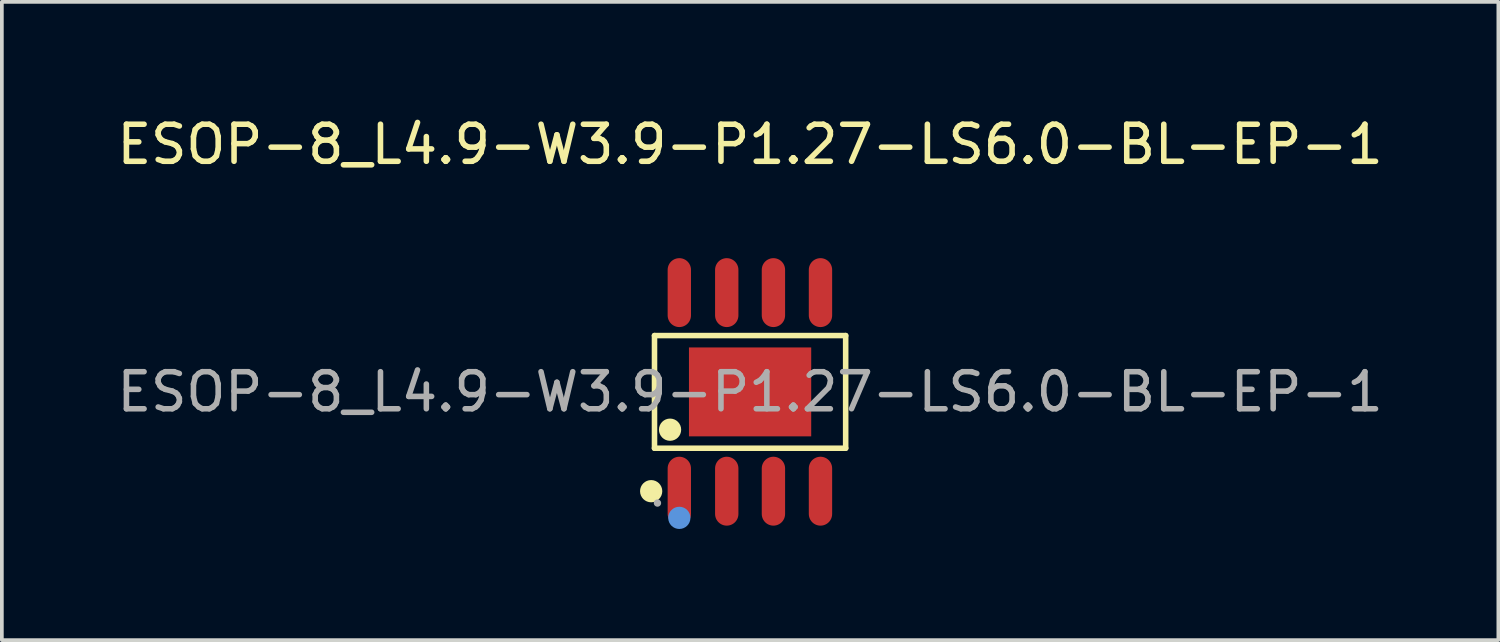
<source format=kicad_pcb>
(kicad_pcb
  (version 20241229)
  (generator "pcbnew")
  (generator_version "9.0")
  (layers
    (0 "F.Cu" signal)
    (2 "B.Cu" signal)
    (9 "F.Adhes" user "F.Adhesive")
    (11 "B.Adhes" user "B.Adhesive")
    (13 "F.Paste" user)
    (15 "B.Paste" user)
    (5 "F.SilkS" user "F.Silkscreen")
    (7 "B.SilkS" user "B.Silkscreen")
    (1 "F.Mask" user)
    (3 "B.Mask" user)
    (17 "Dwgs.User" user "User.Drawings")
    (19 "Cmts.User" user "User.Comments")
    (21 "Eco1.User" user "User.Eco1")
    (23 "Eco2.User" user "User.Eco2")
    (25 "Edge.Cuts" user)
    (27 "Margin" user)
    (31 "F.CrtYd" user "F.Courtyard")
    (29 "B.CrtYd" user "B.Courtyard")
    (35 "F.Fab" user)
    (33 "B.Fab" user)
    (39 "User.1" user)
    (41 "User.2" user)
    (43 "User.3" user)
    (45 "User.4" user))
  (footprint "ESOP-8_L4.9-W3.9-P1.27-LS6.0-BL-EP-1"
    (layer "F.Cu")
    (at 17.196 7.528)
    (property "Reference" "ESOP-8_L4.9-W3.9-P1.27-LS6.0-BL-EP-1" (at 0 -6.68 0) (layer "F.SilkS") (effects (font (size 1 1) (thickness 0.15))))
    (attr through_hole)
    (fp_line (start -2.58 -1.52) (end 2.58 -1.52) (stroke (width 0.15) (type solid)) (layer "F.SilkS"))
    (fp_line (start -2.58 1.52) (end -2.58 -1.52) (stroke (width 0.15) (type solid)) (layer "F.SilkS"))
    (fp_line (start 2.58 -1.52) (end 2.58 1.52) (stroke (width 0.15) (type solid)) (layer "F.SilkS"))
    (fp_line (start 2.58 1.52) (end -2.58 1.52) (stroke (width 0.15) (type solid)) (layer "F.SilkS"))
    (fp_circle (center -2.67 2.68) (end -2.52 2.68) (stroke (width 0.3) (type solid)) (fill no) (layer "F.SilkS"))
    (fp_circle (center -2.16 1.02) (end -2.01 1.02) (stroke (width 0.3) (type solid)) (fill no) (layer "F.SilkS"))
    (fp_circle (center -1.91 3.4) (end -1.76 3.4) (stroke (width 0.3) (type solid)) (fill no) (layer "Cmts.User"))
    (fp_circle (center -2.5 3) (end -2.45 3) (stroke (width 0.1) (type solid)) (fill no) (layer "F.Fab"))
    (fp_text user "${REFERENCE}" (at 0 0 0) (layer "F.Fab") (effects (font (size 1 1) (thickness 0.15))))
    (pad "1" smd oval (at -1.91 2.68) (size 0.63 1.86) (layers "F.Cu" "F.Mask" "F.Paste"))
    (pad "2" smd oval (at -0.63 2.68) (size 0.63 1.86) (layers "F.Cu" "F.Mask" "F.Paste"))
    (pad "3" smd oval (at 0.63 2.68) (size 0.63 1.86) (layers "F.Cu" "F.Mask" "F.Paste"))
    (pad "4" smd oval (at 1.9 2.68) (size 0.63 1.86) (layers "F.Cu" "F.Mask" "F.Paste"))
    (pad "5" smd oval (at 1.9 -2.68) (size 0.63 1.86) (layers "F.Cu" "F.Mask" "F.Paste"))
    (pad "6" smd oval (at 0.63 -2.68) (size 0.63 1.86) (layers "F.Cu" "F.Mask" "F.Paste"))
    (pad "7" smd oval (at -0.63 -2.68) (size 0.63 1.86) (layers "F.Cu" "F.Mask" "F.Paste"))
    (pad "8" smd oval (at -1.91 -2.68) (size 0.63 1.86) (layers "F.Cu" "F.Mask" "F.Paste"))
    (pad "9" smd rect (at 0 0) (size 3.3 2.4) (layers "F.Cu" "F.Mask" "F.Paste")))
  (gr_rect
    (start -3 -3)
    (end 37.393 14.228)
    (stroke (width 0.1) (type default))
    (fill no)
    (layer "Edge.Cuts")))
</source>
